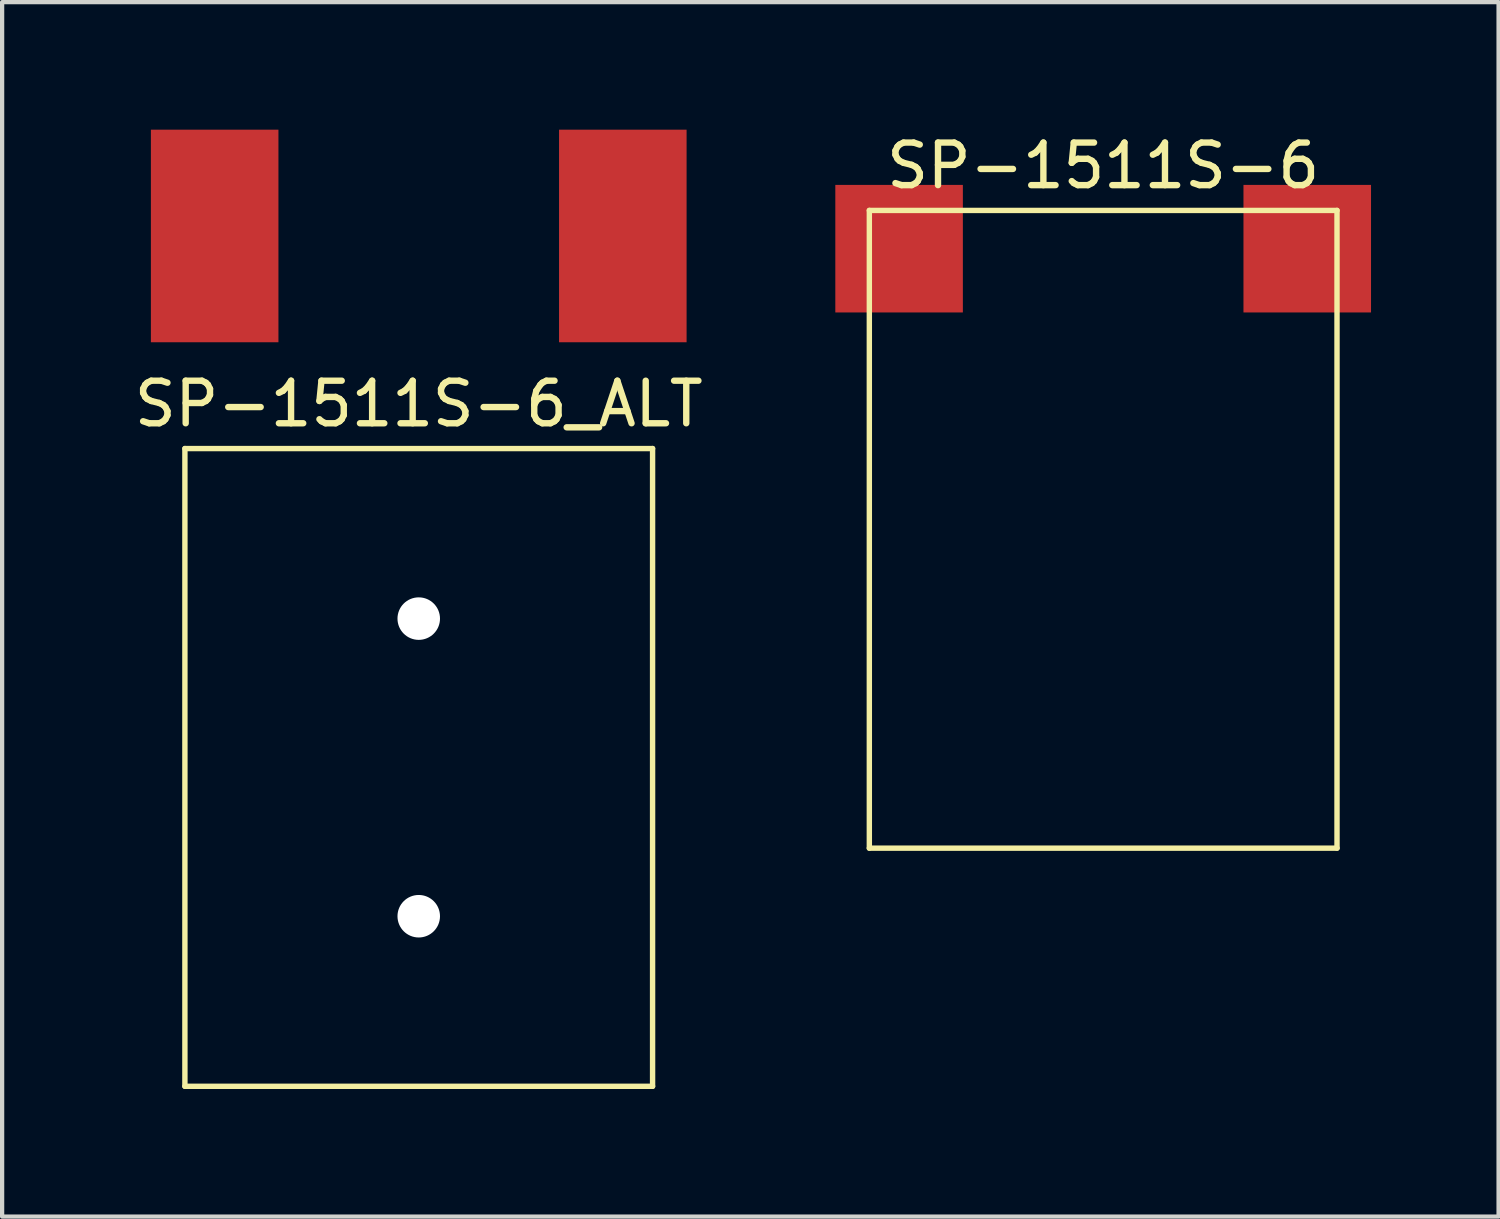
<source format=kicad_pcb>
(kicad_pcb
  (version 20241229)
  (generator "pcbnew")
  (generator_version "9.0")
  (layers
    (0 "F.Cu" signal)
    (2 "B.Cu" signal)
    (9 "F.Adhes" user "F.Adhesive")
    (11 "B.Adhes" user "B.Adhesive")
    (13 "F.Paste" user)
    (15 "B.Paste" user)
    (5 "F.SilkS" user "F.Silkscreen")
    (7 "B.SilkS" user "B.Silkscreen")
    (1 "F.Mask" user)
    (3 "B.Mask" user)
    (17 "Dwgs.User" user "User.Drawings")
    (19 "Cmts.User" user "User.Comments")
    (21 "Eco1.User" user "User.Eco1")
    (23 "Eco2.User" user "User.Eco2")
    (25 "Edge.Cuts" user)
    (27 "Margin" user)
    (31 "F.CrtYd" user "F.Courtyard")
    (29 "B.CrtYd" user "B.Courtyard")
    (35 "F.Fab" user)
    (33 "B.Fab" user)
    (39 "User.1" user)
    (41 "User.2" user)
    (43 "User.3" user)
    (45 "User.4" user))
  (footprint "SP-1511S-6"
    (layer "F.Cu")
    (at 22.897 9.399)
    (property "Reference" "SP-1511S-6" (at 0 -8.55 0) (layer "F.SilkS") (effects (font (size 1.001 1.001) (thickness 0.15))))
    (attr through_hole)
    (fp_line (start -5.5 -7.5) (end -5.5 7.5) (stroke (width 0.127) (type solid)) (layer "F.SilkS"))
    (fp_line (start -5.5 -7.5) (end 5.5 -7.5) (stroke (width 0.127) (type solid)) (layer "F.SilkS"))
    (fp_line (start -5.5 7.5) (end 5.5 7.5) (stroke (width 0.127) (type solid)) (layer "F.SilkS"))
    (fp_line (start 5.5 7.5) (end 5.5 -7.5) (stroke (width 0.127) (type solid)) (layer "F.SilkS"))
    (pad "1" smd rect (at -4.8 -6.6) (size 3 3) (layers "F.Cu" "F.Mask" "F.Paste"))
    (pad "2" smd rect (at 4.8 -6.6) (size 3 3) (layers "F.Cu" "F.Mask" "F.Paste")))
  (footprint "SP-1511S-6_ALT"
    (layer "F.Cu")
    (at 6.799 15)
    (property "Reference" "SP-1511S-6_ALT" (at 0 -8.55 0) (layer "F.SilkS") (effects (font (size 1.001 1.001) (thickness 0.15))))
    (attr through_hole)
    (fp_line (start -5.5 -7.5) (end -5.5 7.5) (stroke (width 0.127) (type solid)) (layer "F.SilkS"))
    (fp_line (start -5.5 -7.5) (end 5.5 -7.5) (stroke (width 0.127) (type solid)) (layer "F.SilkS"))
    (fp_line (start -5.5 7.5) (end 5.5 7.5) (stroke (width 0.127) (type solid)) (layer "F.SilkS"))
    (fp_line (start 5.5 7.5) (end 5.5 -7.5) (stroke (width 0.127) (type solid)) (layer "F.SilkS"))
    (pad "" np_thru_hole circle (at 0 -3.5) (size 1 1) (drill 1) (layers "*.Cu" "*.Mask"))
    (pad "" np_thru_hole circle (at 0 3.5) (size 1 1) (drill 1) (layers "*.Cu" "*.Mask"))
    (pad "1" smd rect (at -4.8 -12.5) (size 3 5) (layers "F.Cu" "F.Mask" "F.Paste"))
    (pad "2" smd rect (at 4.8 -12.5) (size 3 5) (layers "F.Cu" "F.Mask" "F.Paste")))
  (gr_rect
    (start -3 -3)
    (end 32.197 25.564)
    (stroke (width 0.1) (type default))
    (fill no)
    (layer "Edge.Cuts")))
</source>
